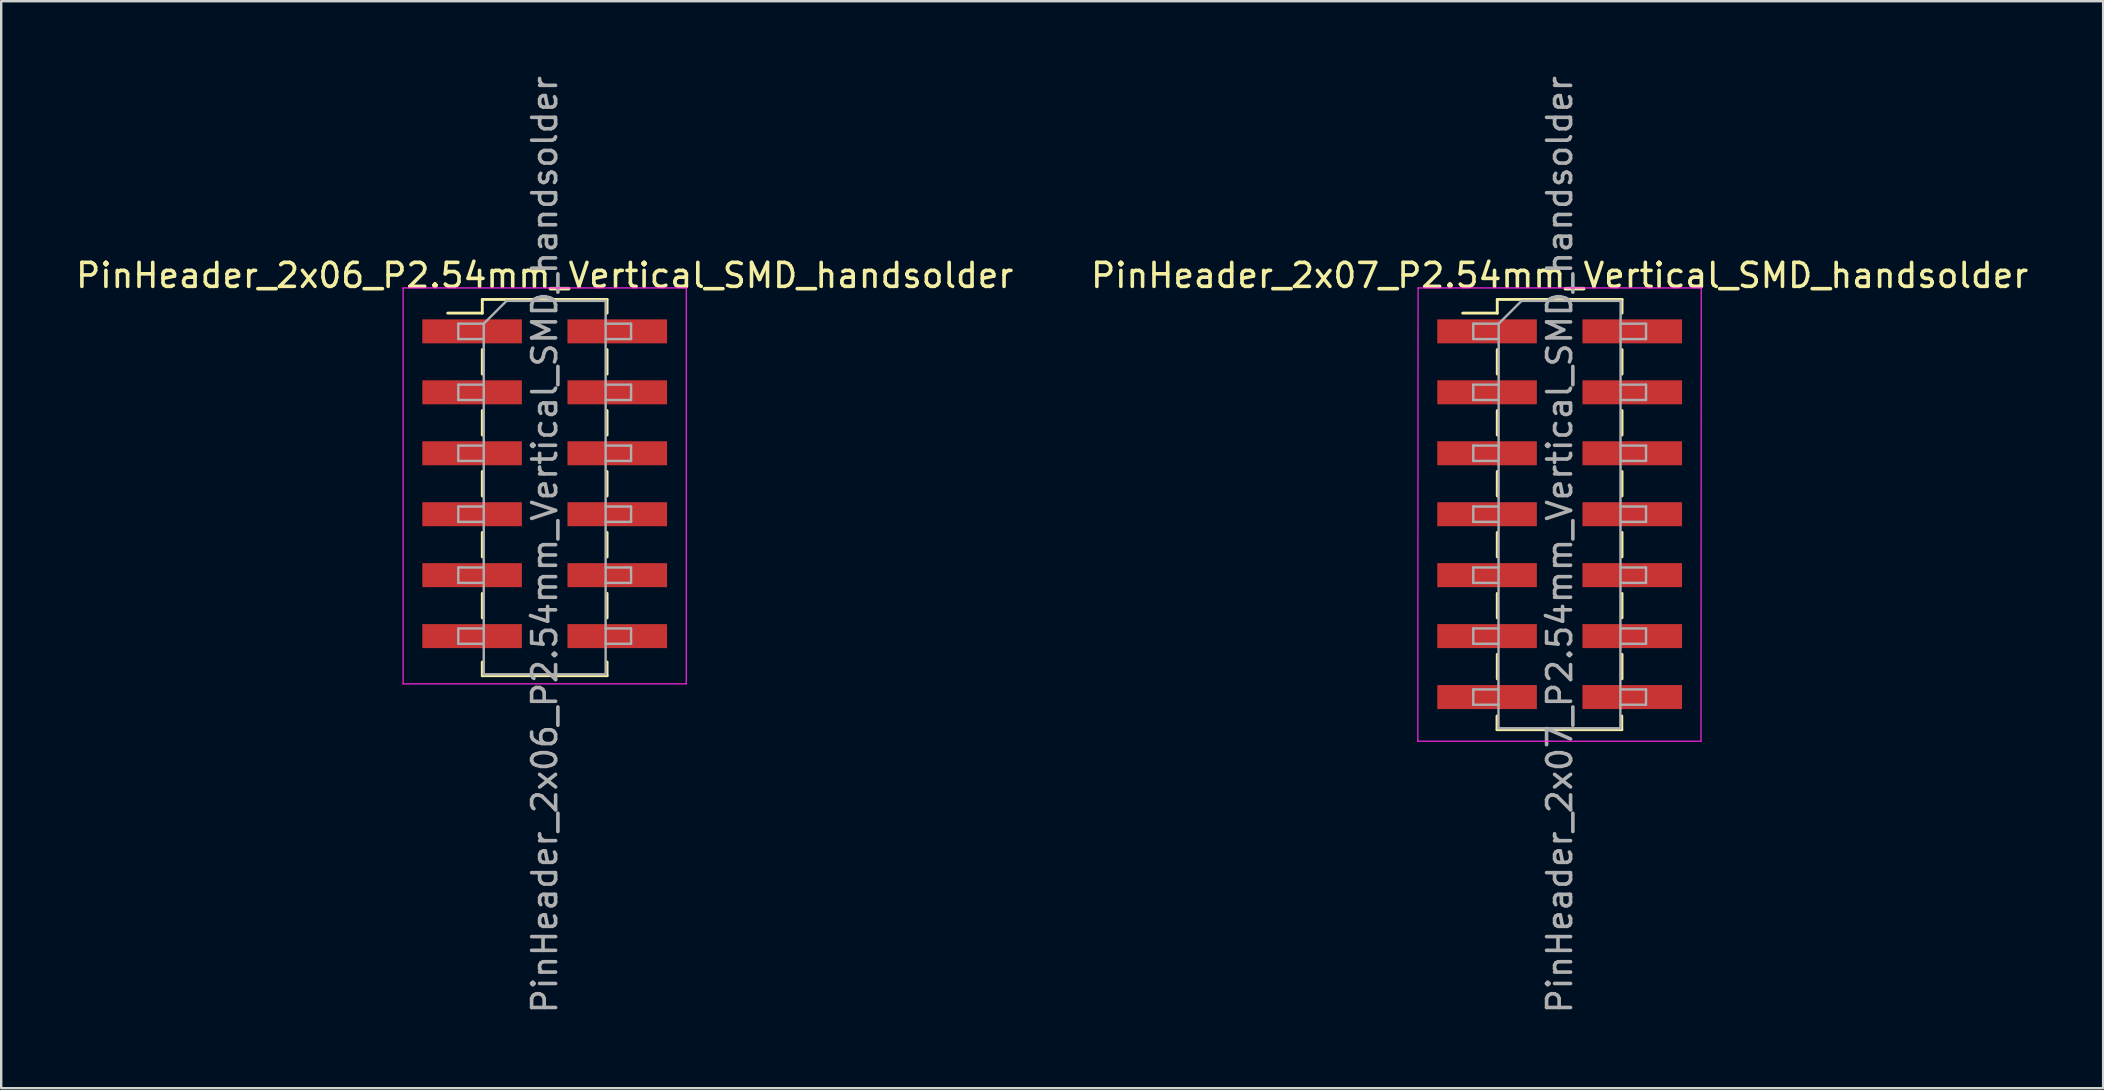
<source format=kicad_pcb>
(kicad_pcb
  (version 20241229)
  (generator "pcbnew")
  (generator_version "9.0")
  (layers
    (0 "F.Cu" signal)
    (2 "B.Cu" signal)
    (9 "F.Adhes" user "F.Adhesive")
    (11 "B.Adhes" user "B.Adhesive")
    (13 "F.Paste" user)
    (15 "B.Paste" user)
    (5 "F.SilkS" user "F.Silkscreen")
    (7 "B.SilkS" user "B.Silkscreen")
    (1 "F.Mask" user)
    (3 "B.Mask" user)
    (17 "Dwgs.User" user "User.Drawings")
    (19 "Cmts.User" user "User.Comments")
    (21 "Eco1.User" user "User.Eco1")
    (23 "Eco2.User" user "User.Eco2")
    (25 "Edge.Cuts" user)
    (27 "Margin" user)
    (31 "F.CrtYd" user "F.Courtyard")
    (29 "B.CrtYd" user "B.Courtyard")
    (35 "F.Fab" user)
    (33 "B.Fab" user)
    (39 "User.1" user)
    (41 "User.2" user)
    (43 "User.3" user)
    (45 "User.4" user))
  (footprint "PinHeader_2x06_P2.54mm_Vertical_SMD_handsolder"
    (layer "F.Cu")
    (at 19.649 19.649)
    (property "Reference" "PinHeader_2x06_P2.54mm_Vertical_SMD_handsolder" (at 0 -11.22 0) (layer "F.SilkS") (effects (font (size 1 1) (thickness 0.15))))
    (attr smd)
    (fp_line (start -4.04 -9.65) (end -2.6 -9.65) (stroke (width 0.12) (type solid)) (layer "F.SilkS"))
    (fp_line (start -2.6 -10.22) (end -2.6 -9.65) (stroke (width 0.12) (type solid)) (layer "F.SilkS"))
    (fp_line (start -2.6 -10.22) (end 2.6 -10.22) (stroke (width 0.12) (type solid)) (layer "F.SilkS"))
    (fp_line (start -2.6 -8.13) (end -2.6 -7.11) (stroke (width 0.12) (type solid)) (layer "F.SilkS"))
    (fp_line (start -2.6 -5.59) (end -2.6 -4.57) (stroke (width 0.12) (type solid)) (layer "F.SilkS"))
    (fp_line (start -2.6 -3.05) (end -2.6 -2.03) (stroke (width 0.12) (type solid)) (layer "F.SilkS"))
    (fp_line (start -2.6 -0.51) (end -2.6 0.51) (stroke (width 0.12) (type solid)) (layer "F.SilkS"))
    (fp_line (start -2.6 2.03) (end -2.6 3.05) (stroke (width 0.12) (type solid)) (layer "F.SilkS"))
    (fp_line (start -2.6 4.89) (end -2.6 5.46) (stroke (width 0.12) (type solid)) (layer "F.SilkS"))
    (fp_line (start -2.6 5.46) (end 2.6 5.46) (stroke (width 0.12) (type solid)) (layer "F.SilkS"))
    (fp_line (start 2.6 -10.22) (end 2.6 -9.65) (stroke (width 0.12) (type solid)) (layer "F.SilkS"))
    (fp_line (start 2.6 -8.13) (end 2.6 -7.11) (stroke (width 0.12) (type solid)) (layer "F.SilkS"))
    (fp_line (start 2.6 -5.59) (end 2.6 -4.57) (stroke (width 0.12) (type solid)) (layer "F.SilkS"))
    (fp_line (start 2.6 -3.05) (end 2.6 -2.03) (stroke (width 0.12) (type solid)) (layer "F.SilkS"))
    (fp_line (start 2.6 -0.51) (end 2.6 0.51) (stroke (width 0.12) (type solid)) (layer "F.SilkS"))
    (fp_line (start 2.6 2.03) (end 2.6 3.05) (stroke (width 0.12) (type solid)) (layer "F.SilkS"))
    (fp_line (start 2.6 4.89) (end 2.6 5.46) (stroke (width 0.12) (type solid)) (layer "F.SilkS"))
    (fp_line (start -5.9 -10.7) (end -5.9 5.8) (stroke (width 0.05) (type solid)) (layer "F.CrtYd"))
    (fp_line (start -5.9 5.8) (end 5.9 5.8) (stroke (width 0.05) (type solid)) (layer "F.CrtYd"))
    (fp_line (start 5.9 -10.7) (end -5.9 -10.7) (stroke (width 0.05) (type solid)) (layer "F.CrtYd"))
    (fp_line (start 5.9 5.8) (end 5.9 -10.7) (stroke (width 0.05) (type solid)) (layer "F.CrtYd"))
    (fp_line (start -3.6 -9.21) (end -3.6 -8.57) (stroke (width 0.1) (type solid)) (layer "F.Fab"))
    (fp_line (start -3.6 -8.57) (end -2.54 -8.57) (stroke (width 0.1) (type solid)) (layer "F.Fab"))
    (fp_line (start -3.6 -6.67) (end -3.6 -6.03) (stroke (width 0.1) (type solid)) (layer "F.Fab"))
    (fp_line (start -3.6 -6.03) (end -2.54 -6.03) (stroke (width 0.1) (type solid)) (layer "F.Fab"))
    (fp_line (start -3.6 -4.13) (end -3.6 -3.49) (stroke (width 0.1) (type solid)) (layer "F.Fab"))
    (fp_line (start -3.6 -3.49) (end -2.54 -3.49) (stroke (width 0.1) (type solid)) (layer "F.Fab"))
    (fp_line (start -3.6 -1.59) (end -3.6 -0.95) (stroke (width 0.1) (type solid)) (layer "F.Fab"))
    (fp_line (start -3.6 -0.95) (end -2.54 -0.95) (stroke (width 0.1) (type solid)) (layer "F.Fab"))
    (fp_line (start -3.6 0.95) (end -3.6 1.59) (stroke (width 0.1) (type solid)) (layer "F.Fab"))
    (fp_line (start -3.6 1.59) (end -2.54 1.59) (stroke (width 0.1) (type solid)) (layer "F.Fab"))
    (fp_line (start -3.6 3.49) (end -3.6 4.13) (stroke (width 0.1) (type solid)) (layer "F.Fab"))
    (fp_line (start -3.6 4.13) (end -2.54 4.13) (stroke (width 0.1) (type solid)) (layer "F.Fab"))
    (fp_line (start -2.54 -9.21) (end -3.6 -9.21) (stroke (width 0.1) (type solid)) (layer "F.Fab"))
    (fp_line (start -2.54 -9.21) (end -1.59 -10.16) (stroke (width 0.1) (type solid)) (layer "F.Fab"))
    (fp_line (start -2.54 -6.67) (end -3.6 -6.67) (stroke (width 0.1) (type solid)) (layer "F.Fab"))
    (fp_line (start -2.54 -4.13) (end -3.6 -4.13) (stroke (width 0.1) (type solid)) (layer "F.Fab"))
    (fp_line (start -2.54 -1.59) (end -3.6 -1.59) (stroke (width 0.1) (type solid)) (layer "F.Fab"))
    (fp_line (start -2.54 0.95) (end -3.6 0.95) (stroke (width 0.1) (type solid)) (layer "F.Fab"))
    (fp_line (start -2.54 3.49) (end -3.6 3.49) (stroke (width 0.1) (type solid)) (layer "F.Fab"))
    (fp_line (start -2.54 5.4) (end -2.54 -9.21) (stroke (width 0.1) (type solid)) (layer "F.Fab"))
    (fp_line (start -1.59 -10.16) (end 2.54 -10.16) (stroke (width 0.1) (type solid)) (layer "F.Fab"))
    (fp_line (start 2.54 -10.16) (end 2.54 5.4) (stroke (width 0.1) (type solid)) (layer "F.Fab"))
    (fp_line (start 2.54 -9.21) (end 3.6 -9.21) (stroke (width 0.1) (type solid)) (layer "F.Fab"))
    (fp_line (start 2.54 -6.67) (end 3.6 -6.67) (stroke (width 0.1) (type solid)) (layer "F.Fab"))
    (fp_line (start 2.54 -4.13) (end 3.6 -4.13) (stroke (width 0.1) (type solid)) (layer "F.Fab"))
    (fp_line (start 2.54 -1.59) (end 3.6 -1.59) (stroke (width 0.1) (type solid)) (layer "F.Fab"))
    (fp_line (start 2.54 0.95) (end 3.6 0.95) (stroke (width 0.1) (type solid)) (layer "F.Fab"))
    (fp_line (start 2.54 3.49) (end 3.6 3.49) (stroke (width 0.1) (type solid)) (layer "F.Fab"))
    (fp_line (start 2.54 5.4) (end -2.54 5.4) (stroke (width 0.1) (type solid)) (layer "F.Fab"))
    (fp_line (start 3.6 -9.21) (end 3.6 -8.57) (stroke (width 0.1) (type solid)) (layer "F.Fab"))
    (fp_line (start 3.6 -8.57) (end 2.54 -8.57) (stroke (width 0.1) (type solid)) (layer "F.Fab"))
    (fp_line (start 3.6 -6.67) (end 3.6 -6.03) (stroke (width 0.1) (type solid)) (layer "F.Fab"))
    (fp_line (start 3.6 -6.03) (end 2.54 -6.03) (stroke (width 0.1) (type solid)) (layer "F.Fab"))
    (fp_line (start 3.6 -4.13) (end 3.6 -3.49) (stroke (width 0.1) (type solid)) (layer "F.Fab"))
    (fp_line (start 3.6 -3.49) (end 2.54 -3.49) (stroke (width 0.1) (type solid)) (layer "F.Fab"))
    (fp_line (start 3.6 -1.59) (end 3.6 -0.95) (stroke (width 0.1) (type solid)) (layer "F.Fab"))
    (fp_line (start 3.6 -0.95) (end 2.54 -0.95) (stroke (width 0.1) (type solid)) (layer "F.Fab"))
    (fp_line (start 3.6 0.95) (end 3.6 1.59) (stroke (width 0.1) (type solid)) (layer "F.Fab"))
    (fp_line (start 3.6 1.59) (end 2.54 1.59) (stroke (width 0.1) (type solid)) (layer "F.Fab"))
    (fp_line (start 3.6 3.49) (end 3.6 4.13) (stroke (width 0.1) (type solid)) (layer "F.Fab"))
    (fp_line (start 3.6 4.13) (end 2.54 4.13) (stroke (width 0.1) (type solid)) (layer "F.Fab"))
    (fp_text user "${REFERENCE}" (at 0 0 90) (layer "F.Fab") (effects (font (size 1 1) (thickness 0.15))))
    (pad "1" smd rect (at -3.025 -8.89) (size 4.15 1) (layers "F.Cu" "F.Mask" "F.Paste"))
    (pad "2" smd rect (at 3.025 -8.89) (size 4.15 1) (layers "F.Cu" "F.Mask" "F.Paste"))
    (pad "3" smd rect (at -3.025 -6.35) (size 4.15 1) (layers "F.Cu" "F.Mask" "F.Paste"))
    (pad "4" smd rect (at 3.025 -6.35) (size 4.15 1) (layers "F.Cu" "F.Mask" "F.Paste"))
    (pad "5" smd rect (at -3.025 -3.81) (size 4.15 1) (layers "F.Cu" "F.Mask" "F.Paste"))
    (pad "6" smd rect (at 3.025 -3.81) (size 4.15 1) (layers "F.Cu" "F.Mask" "F.Paste"))
    (pad "7" smd rect (at -3.025 -1.27) (size 4.15 1) (layers "F.Cu" "F.Mask" "F.Paste"))
    (pad "8" smd rect (at 3.025 -1.27) (size 4.15 1) (layers "F.Cu" "F.Mask" "F.Paste"))
    (pad "9" smd rect (at -3.025 1.27) (size 4.15 1) (layers "F.Cu" "F.Mask" "F.Paste"))
    (pad "10" smd rect (at 3.025 1.27) (size 4.15 1) (layers "F.Cu" "F.Mask" "F.Paste"))
    (pad "11" smd rect (at -3.025 3.81) (size 4.15 1) (layers "F.Cu" "F.Mask" "F.Paste"))
    (pad "12" smd rect (at 3.025 3.81) (size 4.15 1) (layers "F.Cu" "F.Mask" "F.Paste")))
  (footprint "PinHeader_2x07_P2.54mm_Vertical_SMD_handsolder"
    (layer "F.Cu")
    (at 61.946 19.649)
    (property "Reference" "PinHeader_2x07_P2.54mm_Vertical_SMD_handsolder" (at 0 -11.22 0) (layer "F.SilkS") (effects (font (size 1 1) (thickness 0.15))))
    (attr smd)
    (fp_line (start -4.04 -9.65) (end -2.6 -9.65) (stroke (width 0.12) (type solid)) (layer "F.SilkS"))
    (fp_line (start -2.61 7.14) (end -2.61 7.71) (stroke (width 0.12) (type solid)) (layer "F.SilkS"))
    (fp_line (start -2.61 7.71) (end 2.59 7.71) (stroke (width 0.12) (type solid)) (layer "F.SilkS"))
    (fp_line (start -2.6 -10.22) (end -2.6 -9.65) (stroke (width 0.12) (type solid)) (layer "F.SilkS"))
    (fp_line (start -2.6 -10.22) (end 2.6 -10.22) (stroke (width 0.12) (type solid)) (layer "F.SilkS"))
    (fp_line (start -2.6 -8.13) (end -2.6 -7.11) (stroke (width 0.12) (type solid)) (layer "F.SilkS"))
    (fp_line (start -2.6 -5.59) (end -2.6 -4.57) (stroke (width 0.12) (type solid)) (layer "F.SilkS"))
    (fp_line (start -2.6 -3.05) (end -2.6 -2.03) (stroke (width 0.12) (type solid)) (layer "F.SilkS"))
    (fp_line (start -2.6 -0.51) (end -2.6 0.51) (stroke (width 0.12) (type solid)) (layer "F.SilkS"))
    (fp_line (start -2.6 2.03) (end -2.6 3.05) (stroke (width 0.12) (type solid)) (layer "F.SilkS"))
    (fp_line (start -2.6 4.57) (end -2.6 5.59) (stroke (width 0.12) (type solid)) (layer "F.SilkS"))
    (fp_line (start 2.59 7.14) (end 2.59 7.71) (stroke (width 0.12) (type solid)) (layer "F.SilkS"))
    (fp_line (start 2.6 -10.22) (end 2.6 -9.65) (stroke (width 0.12) (type solid)) (layer "F.SilkS"))
    (fp_line (start 2.6 -8.13) (end 2.6 -7.11) (stroke (width 0.12) (type solid)) (layer "F.SilkS"))
    (fp_line (start 2.6 -5.59) (end 2.6 -4.57) (stroke (width 0.12) (type solid)) (layer "F.SilkS"))
    (fp_line (start 2.6 -3.05) (end 2.6 -2.03) (stroke (width 0.12) (type solid)) (layer "F.SilkS"))
    (fp_line (start 2.6 -0.51) (end 2.6 0.51) (stroke (width 0.12) (type solid)) (layer "F.SilkS"))
    (fp_line (start 2.6 2.03) (end 2.6 3.05) (stroke (width 0.12) (type solid)) (layer "F.SilkS"))
    (fp_line (start 2.6 4.57) (end 2.6 5.59) (stroke (width 0.12) (type solid)) (layer "F.SilkS"))
    (fp_line (start -5.91 8.19) (end 5.89 8.19) (stroke (width 0.05) (type solid)) (layer "F.CrtYd"))
    (fp_line (start -5.9 -10.7) (end -5.91 8.19) (stroke (width 0.05) (type solid)) (layer "F.CrtYd"))
    (fp_line (start 5.89 8.19) (end 5.9 -10.7) (stroke (width 0.05) (type solid)) (layer "F.CrtYd"))
    (fp_line (start 5.9 -10.7) (end -5.9 -10.7) (stroke (width 0.05) (type solid)) (layer "F.CrtYd"))
    (fp_line (start -3.6 -9.21) (end -3.6 -8.57) (stroke (width 0.1) (type solid)) (layer "F.Fab"))
    (fp_line (start -3.6 -8.57) (end -2.54 -8.57) (stroke (width 0.1) (type solid)) (layer "F.Fab"))
    (fp_line (start -3.6 -6.67) (end -3.6 -6.03) (stroke (width 0.1) (type solid)) (layer "F.Fab"))
    (fp_line (start -3.6 -6.03) (end -2.54 -6.03) (stroke (width 0.1) (type solid)) (layer "F.Fab"))
    (fp_line (start -3.6 -4.13) (end -3.6 -3.49) (stroke (width 0.1) (type solid)) (layer "F.Fab"))
    (fp_line (start -3.6 -3.49) (end -2.54 -3.49) (stroke (width 0.1) (type solid)) (layer "F.Fab"))
    (fp_line (start -3.6 -1.59) (end -3.6 -0.95) (stroke (width 0.1) (type solid)) (layer "F.Fab"))
    (fp_line (start -3.6 -0.95) (end -2.54 -0.95) (stroke (width 0.1) (type solid)) (layer "F.Fab"))
    (fp_line (start -3.6 0.95) (end -3.6 1.59) (stroke (width 0.1) (type solid)) (layer "F.Fab"))
    (fp_line (start -3.6 1.59) (end -2.54 1.59) (stroke (width 0.1) (type solid)) (layer "F.Fab"))
    (fp_line (start -3.6 3.49) (end -3.6 4.13) (stroke (width 0.1) (type solid)) (layer "F.Fab"))
    (fp_line (start -3.6 4.13) (end -2.54 4.13) (stroke (width 0.1) (type solid)) (layer "F.Fab"))
    (fp_line (start -3.6 6.03) (end -3.6 6.67) (stroke (width 0.1) (type solid)) (layer "F.Fab"))
    (fp_line (start -3.6 6.67) (end -2.54 6.67) (stroke (width 0.1) (type solid)) (layer "F.Fab"))
    (fp_line (start -2.55 7.65) (end -2.54 -9.21) (stroke (width 0.1) (type solid)) (layer "F.Fab"))
    (fp_line (start -2.54 -9.21) (end -3.6 -9.21) (stroke (width 0.1) (type solid)) (layer "F.Fab"))
    (fp_line (start -2.54 -9.21) (end -1.59 -10.16) (stroke (width 0.1) (type solid)) (layer "F.Fab"))
    (fp_line (start -2.54 -6.67) (end -3.6 -6.67) (stroke (width 0.1) (type solid)) (layer "F.Fab"))
    (fp_line (start -2.54 -4.13) (end -3.6 -4.13) (stroke (width 0.1) (type solid)) (layer "F.Fab"))
    (fp_line (start -2.54 -1.59) (end -3.6 -1.59) (stroke (width 0.1) (type solid)) (layer "F.Fab"))
    (fp_line (start -2.54 0.95) (end -3.6 0.95) (stroke (width 0.1) (type solid)) (layer "F.Fab"))
    (fp_line (start -2.54 3.49) (end -3.6 3.49) (stroke (width 0.1) (type solid)) (layer "F.Fab"))
    (fp_line (start -2.54 6.03) (end -3.6 6.03) (stroke (width 0.1) (type solid)) (layer "F.Fab"))
    (fp_line (start -1.59 -10.16) (end 2.54 -10.16) (stroke (width 0.1) (type solid)) (layer "F.Fab"))
    (fp_line (start 2.53 7.65) (end -2.55 7.65) (stroke (width 0.1) (type solid)) (layer "F.Fab"))
    (fp_line (start 2.54 -10.16) (end 2.53 7.65) (stroke (width 0.1) (type solid)) (layer "F.Fab"))
    (fp_line (start 2.54 -9.21) (end 3.6 -9.21) (stroke (width 0.1) (type solid)) (layer "F.Fab"))
    (fp_line (start 2.54 -6.67) (end 3.6 -6.67) (stroke (width 0.1) (type solid)) (layer "F.Fab"))
    (fp_line (start 2.54 -4.13) (end 3.6 -4.13) (stroke (width 0.1) (type solid)) (layer "F.Fab"))
    (fp_line (start 2.54 -1.59) (end 3.6 -1.59) (stroke (width 0.1) (type solid)) (layer "F.Fab"))
    (fp_line (start 2.54 0.95) (end 3.6 0.95) (stroke (width 0.1) (type solid)) (layer "F.Fab"))
    (fp_line (start 2.54 3.49) (end 3.6 3.49) (stroke (width 0.1) (type solid)) (layer "F.Fab"))
    (fp_line (start 2.54 6.03) (end 3.6 6.03) (stroke (width 0.1) (type solid)) (layer "F.Fab"))
    (fp_line (start 3.6 -9.21) (end 3.6 -8.57) (stroke (width 0.1) (type solid)) (layer "F.Fab"))
    (fp_line (start 3.6 -8.57) (end 2.54 -8.57) (stroke (width 0.1) (type solid)) (layer "F.Fab"))
    (fp_line (start 3.6 -6.67) (end 3.6 -6.03) (stroke (width 0.1) (type solid)) (layer "F.Fab"))
    (fp_line (start 3.6 -6.03) (end 2.54 -6.03) (stroke (width 0.1) (type solid)) (layer "F.Fab"))
    (fp_line (start 3.6 -4.13) (end 3.6 -3.49) (stroke (width 0.1) (type solid)) (layer "F.Fab"))
    (fp_line (start 3.6 -3.49) (end 2.54 -3.49) (stroke (width 0.1) (type solid)) (layer "F.Fab"))
    (fp_line (start 3.6 -1.59) (end 3.6 -0.95) (stroke (width 0.1) (type solid)) (layer "F.Fab"))
    (fp_line (start 3.6 -0.95) (end 2.54 -0.95) (stroke (width 0.1) (type solid)) (layer "F.Fab"))
    (fp_line (start 3.6 0.95) (end 3.6 1.59) (stroke (width 0.1) (type solid)) (layer "F.Fab"))
    (fp_line (start 3.6 1.59) (end 2.54 1.59) (stroke (width 0.1) (type solid)) (layer "F.Fab"))
    (fp_line (start 3.6 3.49) (end 3.6 4.13) (stroke (width 0.1) (type solid)) (layer "F.Fab"))
    (fp_line (start 3.6 4.13) (end 2.54 4.13) (stroke (width 0.1) (type solid)) (layer "F.Fab"))
    (fp_line (start 3.6 6.03) (end 3.6 6.67) (stroke (width 0.1) (type solid)) (layer "F.Fab"))
    (fp_line (start 3.6 6.67) (end 2.54 6.67) (stroke (width 0.1) (type solid)) (layer "F.Fab"))
    (fp_text user "${REFERENCE}" (at 0 0 90) (layer "F.Fab") (effects (font (size 1 1) (thickness 0.15))))
    (pad "1" smd rect (at -3.025 -8.89) (size 4.15 1) (layers "F.Cu" "F.Mask" "F.Paste"))
    (pad "2" smd rect (at 3.025 -8.89) (size 4.15 1) (layers "F.Cu" "F.Mask" "F.Paste"))
    (pad "3" smd rect (at -3.025 -6.35) (size 4.15 1) (layers "F.Cu" "F.Mask" "F.Paste"))
    (pad "4" smd rect (at 3.025 -6.35) (size 4.15 1) (layers "F.Cu" "F.Mask" "F.Paste"))
    (pad "5" smd rect (at -3.025 -3.81) (size 4.15 1) (layers "F.Cu" "F.Mask" "F.Paste"))
    (pad "6" smd rect (at 3.025 -3.81) (size 4.15 1) (layers "F.Cu" "F.Mask" "F.Paste"))
    (pad "7" smd rect (at -3.025 -1.27) (size 4.15 1) (layers "F.Cu" "F.Mask" "F.Paste"))
    (pad "8" smd rect (at 3.025 -1.27) (size 4.15 1) (layers "F.Cu" "F.Mask" "F.Paste"))
    (pad "9" smd rect (at -3.025 1.27) (size 4.15 1) (layers "F.Cu" "F.Mask" "F.Paste"))
    (pad "10" smd rect (at 3.025 1.27) (size 4.15 1) (layers "F.Cu" "F.Mask" "F.Paste"))
    (pad "11" smd rect (at -3.025 3.81) (size 4.15 1) (layers "F.Cu" "F.Mask" "F.Paste"))
    (pad "12" smd rect (at 3.025 3.81) (size 4.15 1) (layers "F.Cu" "F.Mask" "F.Paste"))
    (pad "13" smd rect (at -3.025 6.35) (size 4.15 1) (layers "F.Cu" "F.Mask" "F.Paste"))
    (pad "14" smd rect (at 3.025 6.35) (size 4.15 1) (layers "F.Cu" "F.Mask" "F.Paste")))
  (gr_rect
    (start -3 -3)
    (end 84.595 42.298)
    (stroke (width 0.1) (type default))
    (fill no)
    (layer "Edge.Cuts")))
</source>
